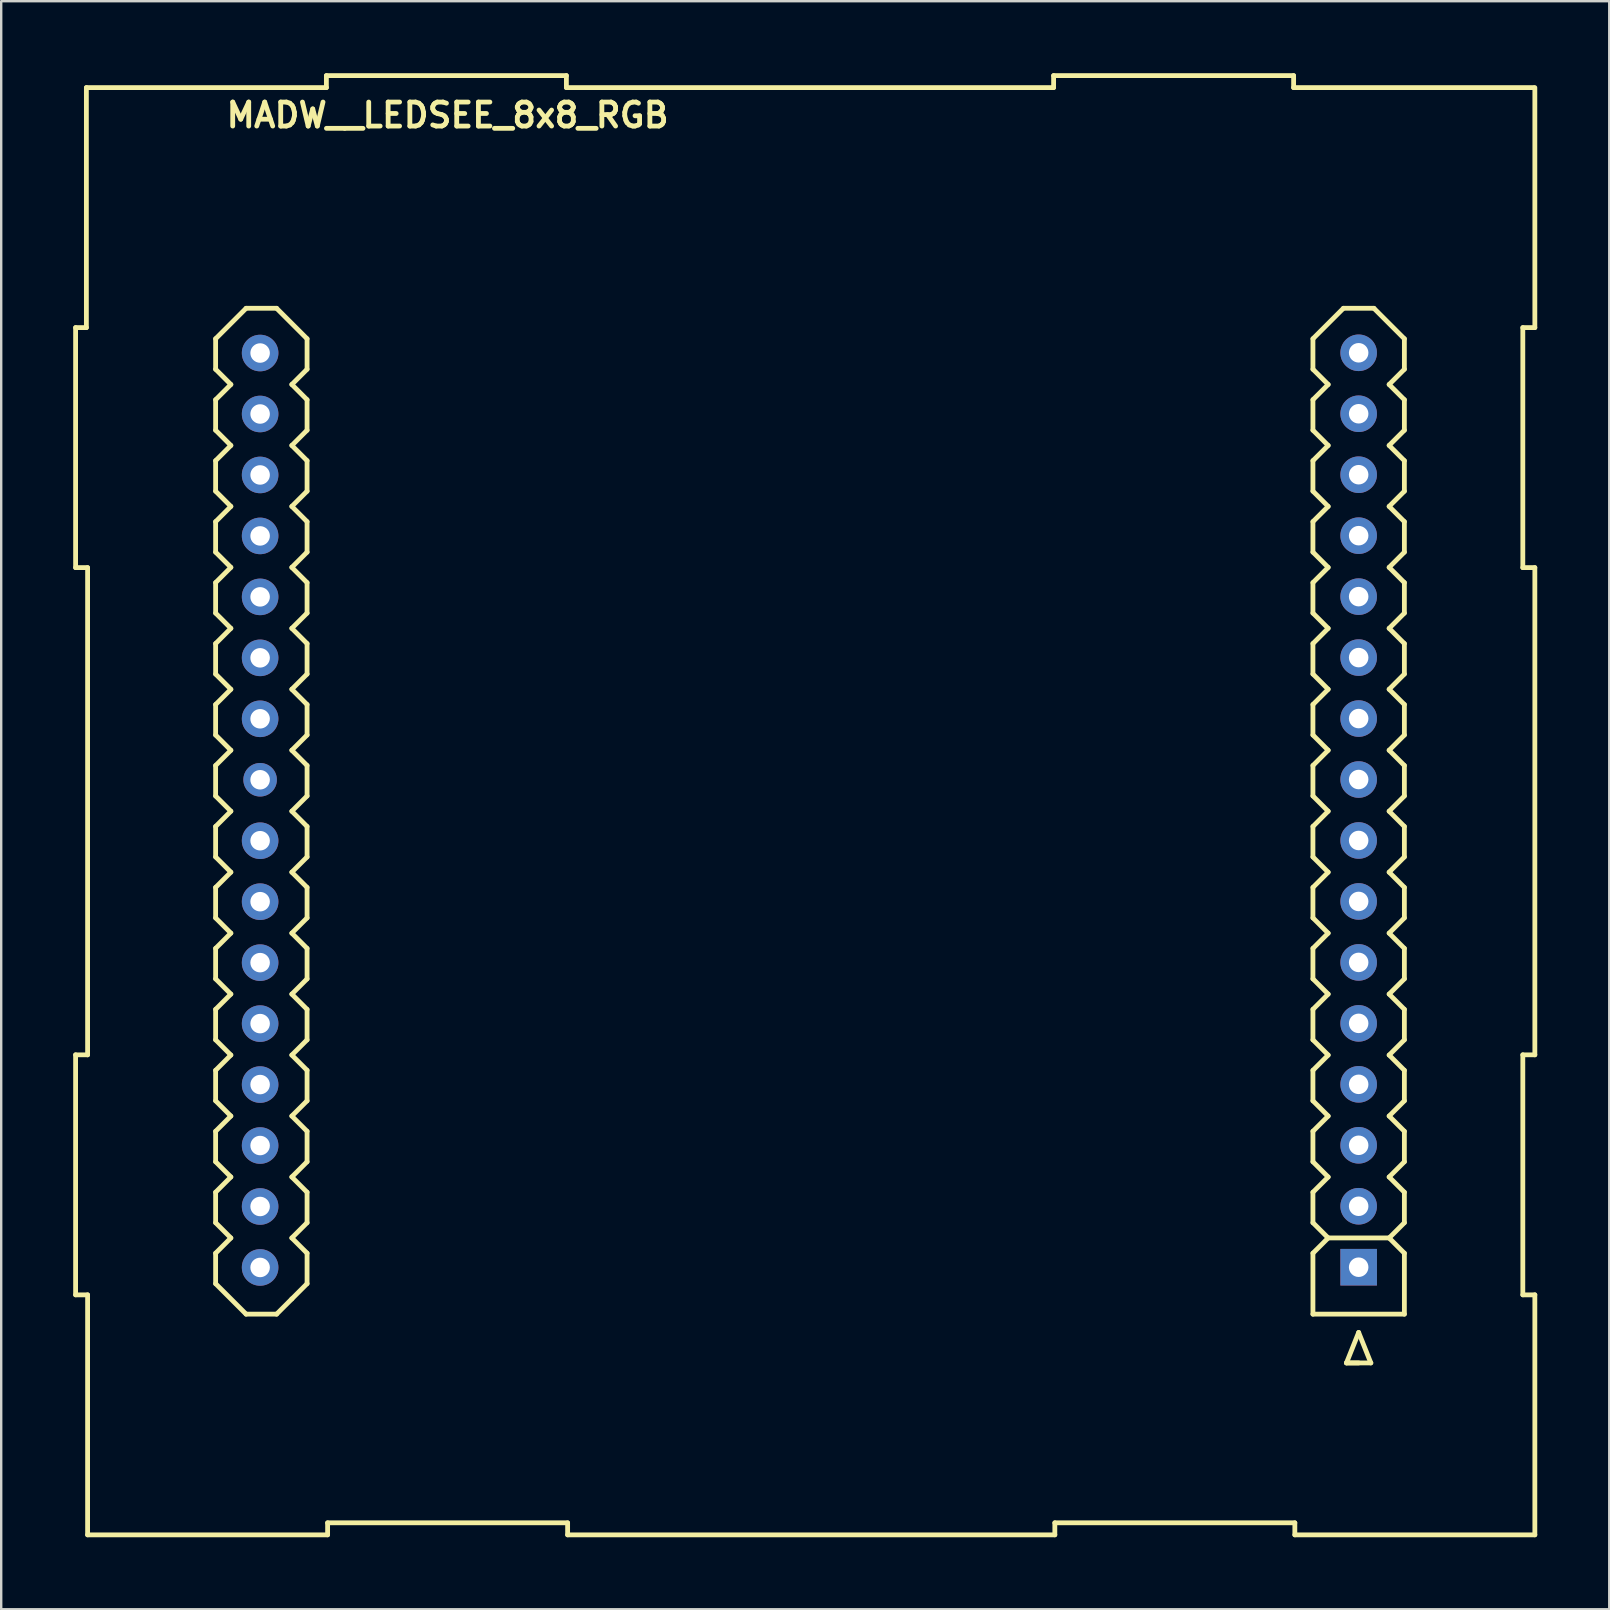
<source format=kicad_pcb>
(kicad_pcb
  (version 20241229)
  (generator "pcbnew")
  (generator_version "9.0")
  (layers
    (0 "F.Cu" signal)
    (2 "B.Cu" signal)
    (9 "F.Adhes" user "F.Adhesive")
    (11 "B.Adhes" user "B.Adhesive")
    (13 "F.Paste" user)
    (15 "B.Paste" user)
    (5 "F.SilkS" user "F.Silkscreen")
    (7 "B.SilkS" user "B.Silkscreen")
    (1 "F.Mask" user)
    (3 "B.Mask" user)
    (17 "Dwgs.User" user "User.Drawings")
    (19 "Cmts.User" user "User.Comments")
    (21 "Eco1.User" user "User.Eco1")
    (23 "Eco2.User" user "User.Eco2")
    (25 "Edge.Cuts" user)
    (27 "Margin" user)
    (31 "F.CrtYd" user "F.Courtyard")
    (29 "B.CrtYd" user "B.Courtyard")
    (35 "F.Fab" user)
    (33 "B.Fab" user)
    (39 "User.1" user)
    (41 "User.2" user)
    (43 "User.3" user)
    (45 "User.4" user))
  (footprint "MADW__LEDSEE_8x8_RGB"
    (layer "F.Cu")
    (at 30.699 30.75)
    (property "Reference" "MADW__LEDSEE_8x8_RGB" (at -15.1 -29 0) (layer "F.SilkS") (effects (font (size 1 1) (thickness 0.2))))
    (attr through_hole)
    (fp_line (start -30.599 -20.15) (end -30.599 -10.15) (stroke (width 0.2) (type solid)) (layer "F.SilkS"))
    (fp_line (start -30.599 -10.15) (end -30.099 -10.15) (stroke (width 0.2) (type solid)) (layer "F.SilkS"))
    (fp_line (start -30.599 10.15) (end -30.599 20.15) (stroke (width 0.2) (type solid)) (layer "F.SilkS"))
    (fp_line (start -30.599 20.15) (end -30.099 20.15) (stroke (width 0.2) (type solid)) (layer "F.SilkS"))
    (fp_line (start -30.15 -30.15) (end -30.15 -20.15) (stroke (width 0.2) (type solid)) (layer "F.SilkS"))
    (fp_line (start -30.15 -20.15) (end -30.599 -20.15) (stroke (width 0.2) (type solid)) (layer "F.SilkS"))
    (fp_line (start -30.099 -10.15) (end -30.099 10.15) (stroke (width 0.2) (type solid)) (layer "F.SilkS"))
    (fp_line (start -30.099 10.15) (end -30.599 10.15) (stroke (width 0.2) (type solid)) (layer "F.SilkS"))
    (fp_line (start -30.099 20.15) (end -30.099 30.15) (stroke (width 0.2) (type solid)) (layer "F.SilkS"))
    (fp_line (start -30.099 30.15) (end -20.099 30.15) (stroke (width 0.2) (type solid)) (layer "F.SilkS"))
    (fp_line (start -24.765 -19.685) (end -23.495 -20.955) (stroke (width 0.2) (type solid)) (layer "F.SilkS"))
    (fp_line (start -24.765 -18.415) (end -24.765 -19.685) (stroke (width 0.2) (type solid)) (layer "F.SilkS"))
    (fp_line (start -24.765 -17.145) (end -24.13 -17.78) (stroke (width 0.2) (type solid)) (layer "F.SilkS"))
    (fp_line (start -24.765 -15.875) (end -24.765 -17.145) (stroke (width 0.2) (type solid)) (layer "F.SilkS"))
    (fp_line (start -24.765 -14.605) (end -24.13 -15.24) (stroke (width 0.2) (type solid)) (layer "F.SilkS"))
    (fp_line (start -24.765 -13.335) (end -24.765 -14.605) (stroke (width 0.2) (type solid)) (layer "F.SilkS"))
    (fp_line (start -24.765 -12.065) (end -24.13 -12.7) (stroke (width 0.2) (type solid)) (layer "F.SilkS"))
    (fp_line (start -24.765 -10.795) (end -24.765 -12.065) (stroke (width 0.2) (type solid)) (layer "F.SilkS"))
    (fp_line (start -24.765 -9.525) (end -24.13 -10.16) (stroke (width 0.2) (type solid)) (layer "F.SilkS"))
    (fp_line (start -24.765 -8.255) (end -24.765 -9.525) (stroke (width 0.2) (type solid)) (layer "F.SilkS"))
    (fp_line (start -24.765 -6.985) (end -24.13 -7.62) (stroke (width 0.2) (type solid)) (layer "F.SilkS"))
    (fp_line (start -24.765 -5.715) (end -24.765 -6.985) (stroke (width 0.2) (type solid)) (layer "F.SilkS"))
    (fp_line (start -24.765 -4.445) (end -24.13 -5.08) (stroke (width 0.2) (type solid)) (layer "F.SilkS"))
    (fp_line (start -24.765 -3.175) (end -24.765 -4.445) (stroke (width 0.2) (type solid)) (layer "F.SilkS"))
    (fp_line (start -24.765 -1.905) (end -24.13 -2.54) (stroke (width 0.2) (type solid)) (layer "F.SilkS"))
    (fp_line (start -24.765 -0.635) (end -24.765 -1.905) (stroke (width 0.2) (type solid)) (layer "F.SilkS"))
    (fp_line (start -24.765 0.635) (end -24.13 0) (stroke (width 0.2) (type solid)) (layer "F.SilkS"))
    (fp_line (start -24.765 1.905) (end -24.765 0.635) (stroke (width 0.2) (type solid)) (layer "F.SilkS"))
    (fp_line (start -24.765 3.175) (end -24.13 2.54) (stroke (width 0.2) (type solid)) (layer "F.SilkS"))
    (fp_line (start -24.765 4.445) (end -24.765 3.175) (stroke (width 0.2) (type solid)) (layer "F.SilkS"))
    (fp_line (start -24.765 5.715) (end -24.13 5.08) (stroke (width 0.2) (type solid)) (layer "F.SilkS"))
    (fp_line (start -24.765 6.985) (end -24.765 5.715) (stroke (width 0.2) (type solid)) (layer "F.SilkS"))
    (fp_line (start -24.765 8.255) (end -24.13 7.62) (stroke (width 0.2) (type solid)) (layer "F.SilkS"))
    (fp_line (start -24.765 9.525) (end -24.765 8.255) (stroke (width 0.2) (type solid)) (layer "F.SilkS"))
    (fp_line (start -24.765 10.795) (end -24.13 10.16) (stroke (width 0.2) (type solid)) (layer "F.SilkS"))
    (fp_line (start -24.765 12.065) (end -24.765 10.795) (stroke (width 0.2) (type solid)) (layer "F.SilkS"))
    (fp_line (start -24.765 13.335) (end -24.13 12.7) (stroke (width 0.2) (type solid)) (layer "F.SilkS"))
    (fp_line (start -24.765 14.605) (end -24.765 13.335) (stroke (width 0.2) (type solid)) (layer "F.SilkS"))
    (fp_line (start -24.765 15.875) (end -24.13 15.24) (stroke (width 0.2) (type solid)) (layer "F.SilkS"))
    (fp_line (start -24.765 17.145) (end -24.765 15.875) (stroke (width 0.2) (type solid)) (layer "F.SilkS"))
    (fp_line (start -24.765 18.415) (end -24.13 17.78) (stroke (width 0.2) (type solid)) (layer "F.SilkS"))
    (fp_line (start -24.765 19.685) (end -24.765 18.415) (stroke (width 0.2) (type solid)) (layer "F.SilkS"))
    (fp_line (start -24.13 -17.78) (end -24.765 -18.415) (stroke (width 0.2) (type solid)) (layer "F.SilkS"))
    (fp_line (start -24.13 -15.24) (end -24.765 -15.875) (stroke (width 0.2) (type solid)) (layer "F.SilkS"))
    (fp_line (start -24.13 -12.7) (end -24.765 -13.335) (stroke (width 0.2) (type solid)) (layer "F.SilkS"))
    (fp_line (start -24.13 -10.16) (end -24.765 -10.795) (stroke (width 0.2) (type solid)) (layer "F.SilkS"))
    (fp_line (start -24.13 -7.62) (end -24.765 -8.255) (stroke (width 0.2) (type solid)) (layer "F.SilkS"))
    (fp_line (start -24.13 -5.08) (end -24.765 -5.715) (stroke (width 0.2) (type solid)) (layer "F.SilkS"))
    (fp_line (start -24.13 -2.54) (end -24.765 -3.175) (stroke (width 0.2) (type solid)) (layer "F.SilkS"))
    (fp_line (start -24.13 0) (end -24.765 -0.635) (stroke (width 0.2) (type solid)) (layer "F.SilkS"))
    (fp_line (start -24.13 2.54) (end -24.765 1.905) (stroke (width 0.2) (type solid)) (layer "F.SilkS"))
    (fp_line (start -24.13 5.08) (end -24.765 4.445) (stroke (width 0.2) (type solid)) (layer "F.SilkS"))
    (fp_line (start -24.13 7.62) (end -24.765 6.985) (stroke (width 0.2) (type solid)) (layer "F.SilkS"))
    (fp_line (start -24.13 10.16) (end -24.765 9.525) (stroke (width 0.2) (type solid)) (layer "F.SilkS"))
    (fp_line (start -24.13 12.7) (end -24.765 12.065) (stroke (width 0.2) (type solid)) (layer "F.SilkS"))
    (fp_line (start -24.13 15.24) (end -24.765 14.605) (stroke (width 0.2) (type solid)) (layer "F.SilkS"))
    (fp_line (start -24.13 17.78) (end -24.765 17.145) (stroke (width 0.2) (type solid)) (layer "F.SilkS"))
    (fp_line (start -23.495 -20.955) (end -22.225 -20.955) (stroke (width 0.2) (type solid)) (layer "F.SilkS"))
    (fp_line (start -23.495 20.955) (end -24.765 19.685) (stroke (width 0.2) (type solid)) (layer "F.SilkS"))
    (fp_line (start -22.225 -20.955) (end -20.955 -19.685) (stroke (width 0.2) (type solid)) (layer "F.SilkS"))
    (fp_line (start -22.225 20.955) (end -23.495 20.955) (stroke (width 0.2) (type solid)) (layer "F.SilkS"))
    (fp_line (start -21.59 -17.78) (end -20.955 -17.145) (stroke (width 0.2) (type solid)) (layer "F.SilkS"))
    (fp_line (start -21.59 -15.24) (end -20.955 -14.605) (stroke (width 0.2) (type solid)) (layer "F.SilkS"))
    (fp_line (start -21.59 -12.7) (end -20.955 -12.065) (stroke (width 0.2) (type solid)) (layer "F.SilkS"))
    (fp_line (start -21.59 -10.16) (end -20.955 -9.525) (stroke (width 0.2) (type solid)) (layer "F.SilkS"))
    (fp_line (start -21.59 -7.62) (end -20.955 -6.985) (stroke (width 0.2) (type solid)) (layer "F.SilkS"))
    (fp_line (start -21.59 -5.08) (end -20.955 -4.445) (stroke (width 0.2) (type solid)) (layer "F.SilkS"))
    (fp_line (start -21.59 -2.54) (end -20.955 -1.905) (stroke (width 0.2) (type solid)) (layer "F.SilkS"))
    (fp_line (start -21.59 0) (end -20.955 0.635) (stroke (width 0.2) (type solid)) (layer "F.SilkS"))
    (fp_line (start -21.59 2.54) (end -20.955 3.175) (stroke (width 0.2) (type solid)) (layer "F.SilkS"))
    (fp_line (start -21.59 5.08) (end -20.955 5.715) (stroke (width 0.2) (type solid)) (layer "F.SilkS"))
    (fp_line (start -21.59 7.62) (end -20.955 8.255) (stroke (width 0.2) (type solid)) (layer "F.SilkS"))
    (fp_line (start -21.59 10.16) (end -20.955 10.795) (stroke (width 0.2) (type solid)) (layer "F.SilkS"))
    (fp_line (start -21.59 12.7) (end -20.955 13.335) (stroke (width 0.2) (type solid)) (layer "F.SilkS"))
    (fp_line (start -21.59 15.24) (end -20.955 15.875) (stroke (width 0.2) (type solid)) (layer "F.SilkS"))
    (fp_line (start -21.59 17.78) (end -20.955 18.415) (stroke (width 0.2) (type solid)) (layer "F.SilkS"))
    (fp_line (start -21.59 20.32) (end -22.225 20.955) (stroke (width 0.2) (type solid)) (layer "F.SilkS"))
    (fp_line (start -20.955 -19.685) (end -20.955 -18.415) (stroke (width 0.2) (type solid)) (layer "F.SilkS"))
    (fp_line (start -20.955 -18.415) (end -21.59 -17.78) (stroke (width 0.2) (type solid)) (layer "F.SilkS"))
    (fp_line (start -20.955 -17.145) (end -20.955 -15.875) (stroke (width 0.2) (type solid)) (layer "F.SilkS"))
    (fp_line (start -20.955 -15.875) (end -21.59 -15.24) (stroke (width 0.2) (type solid)) (layer "F.SilkS"))
    (fp_line (start -20.955 -14.605) (end -20.955 -13.335) (stroke (width 0.2) (type solid)) (layer "F.SilkS"))
    (fp_line (start -20.955 -13.335) (end -21.59 -12.7) (stroke (width 0.2) (type solid)) (layer "F.SilkS"))
    (fp_line (start -20.955 -12.065) (end -20.955 -10.795) (stroke (width 0.2) (type solid)) (layer "F.SilkS"))
    (fp_line (start -20.955 -10.795) (end -21.59 -10.16) (stroke (width 0.2) (type solid)) (layer "F.SilkS"))
    (fp_line (start -20.955 -9.525) (end -20.955 -8.255) (stroke (width 0.2) (type solid)) (layer "F.SilkS"))
    (fp_line (start -20.955 -8.255) (end -21.59 -7.62) (stroke (width 0.2) (type solid)) (layer "F.SilkS"))
    (fp_line (start -20.955 -6.985) (end -20.955 -5.715) (stroke (width 0.2) (type solid)) (layer "F.SilkS"))
    (fp_line (start -20.955 -5.715) (end -21.59 -5.08) (stroke (width 0.2) (type solid)) (layer "F.SilkS"))
    (fp_line (start -20.955 -4.445) (end -20.955 -3.175) (stroke (width 0.2) (type solid)) (layer "F.SilkS"))
    (fp_line (start -20.955 -3.175) (end -21.59 -2.54) (stroke (width 0.2) (type solid)) (layer "F.SilkS"))
    (fp_line (start -20.955 -1.905) (end -20.955 -0.635) (stroke (width 0.2) (type solid)) (layer "F.SilkS"))
    (fp_line (start -20.955 -0.635) (end -21.59 0) (stroke (width 0.2) (type solid)) (layer "F.SilkS"))
    (fp_line (start -20.955 0.635) (end -20.955 1.905) (stroke (width 0.2) (type solid)) (layer "F.SilkS"))
    (fp_line (start -20.955 1.905) (end -21.59 2.54) (stroke (width 0.2) (type solid)) (layer "F.SilkS"))
    (fp_line (start -20.955 3.175) (end -20.955 4.445) (stroke (width 0.2) (type solid)) (layer "F.SilkS"))
    (fp_line (start -20.955 4.445) (end -21.59 5.08) (stroke (width 0.2) (type solid)) (layer "F.SilkS"))
    (fp_line (start -20.955 5.715) (end -20.955 6.985) (stroke (width 0.2) (type solid)) (layer "F.SilkS"))
    (fp_line (start -20.955 6.985) (end -21.59 7.62) (stroke (width 0.2) (type solid)) (layer "F.SilkS"))
    (fp_line (start -20.955 8.255) (end -20.955 9.525) (stroke (width 0.2) (type solid)) (layer "F.SilkS"))
    (fp_line (start -20.955 9.525) (end -21.59 10.16) (stroke (width 0.2) (type solid)) (layer "F.SilkS"))
    (fp_line (start -20.955 10.795) (end -20.955 12.065) (stroke (width 0.2) (type solid)) (layer "F.SilkS"))
    (fp_line (start -20.955 12.065) (end -21.59 12.7) (stroke (width 0.2) (type solid)) (layer "F.SilkS"))
    (fp_line (start -20.955 13.335) (end -20.955 14.605) (stroke (width 0.2) (type solid)) (layer "F.SilkS"))
    (fp_line (start -20.955 14.605) (end -21.59 15.24) (stroke (width 0.2) (type solid)) (layer "F.SilkS"))
    (fp_line (start -20.955 15.875) (end -20.955 17.145) (stroke (width 0.2) (type solid)) (layer "F.SilkS"))
    (fp_line (start -20.955 17.145) (end -21.59 17.78) (stroke (width 0.2) (type solid)) (layer "F.SilkS"))
    (fp_line (start -20.955 18.415) (end -20.955 19.685) (stroke (width 0.2) (type solid)) (layer "F.SilkS"))
    (fp_line (start -20.955 19.685) (end -21.59 20.32) (stroke (width 0.2) (type solid)) (layer "F.SilkS"))
    (fp_line (start -20.15 -30.65) (end -20.15 -30.15) (stroke (width 0.2) (type solid)) (layer "F.SilkS"))
    (fp_line (start -20.15 -30.15) (end -30.15 -30.15) (stroke (width 0.2) (type solid)) (layer "F.SilkS"))
    (fp_line (start -20.099 29.649) (end -10.099 29.649) (stroke (width 0.2) (type solid)) (layer "F.SilkS"))
    (fp_line (start -20.099 30.15) (end -20.099 29.649) (stroke (width 0.2) (type solid)) (layer "F.SilkS"))
    (fp_line (start -10.15 -30.65) (end -20.15 -30.65) (stroke (width 0.2) (type solid)) (layer "F.SilkS"))
    (fp_line (start -10.15 -30.15) (end -10.15 -30.65) (stroke (width 0.2) (type solid)) (layer "F.SilkS"))
    (fp_line (start -10.099 29.649) (end -10.099 30.15) (stroke (width 0.2) (type solid)) (layer "F.SilkS"))
    (fp_line (start -10.099 30.15) (end 10.201 30.15) (stroke (width 0.2) (type solid)) (layer "F.SilkS"))
    (fp_line (start 10.15 -30.65) (end 10.15 -30.15) (stroke (width 0.2) (type solid)) (layer "F.SilkS"))
    (fp_line (start 10.15 -30.15) (end -10.15 -30.15) (stroke (width 0.2) (type solid)) (layer "F.SilkS"))
    (fp_line (start 10.201 29.649) (end 20.201 29.649) (stroke (width 0.2) (type solid)) (layer "F.SilkS"))
    (fp_line (start 10.201 30.15) (end 10.201 29.649) (stroke (width 0.2) (type solid)) (layer "F.SilkS"))
    (fp_line (start 20.15 -30.65) (end 10.15 -30.65) (stroke (width 0.2) (type solid)) (layer "F.SilkS"))
    (fp_line (start 20.15 -30.15) (end 20.15 -30.65) (stroke (width 0.2) (type solid)) (layer "F.SilkS"))
    (fp_line (start 20.201 29.649) (end 20.201 30.15) (stroke (width 0.2) (type solid)) (layer "F.SilkS"))
    (fp_line (start 20.201 30.15) (end 30.201 30.15) (stroke (width 0.2) (type solid)) (layer "F.SilkS"))
    (fp_line (start 20.955 -19.685) (end 22.225 -20.955) (stroke (width 0.2) (type solid)) (layer "F.SilkS"))
    (fp_line (start 20.955 -18.415) (end 20.955 -19.685) (stroke (width 0.2) (type solid)) (layer "F.SilkS"))
    (fp_line (start 20.955 -17.145) (end 21.59 -17.78) (stroke (width 0.2) (type solid)) (layer "F.SilkS"))
    (fp_line (start 20.955 -15.875) (end 20.955 -17.145) (stroke (width 0.2) (type solid)) (layer "F.SilkS"))
    (fp_line (start 20.955 -14.605) (end 21.59 -15.24) (stroke (width 0.2) (type solid)) (layer "F.SilkS"))
    (fp_line (start 20.955 -13.335) (end 20.955 -14.605) (stroke (width 0.2) (type solid)) (layer "F.SilkS"))
    (fp_line (start 20.955 -12.065) (end 21.59 -12.7) (stroke (width 0.2) (type solid)) (layer "F.SilkS"))
    (fp_line (start 20.955 -10.795) (end 20.955 -12.065) (stroke (width 0.2) (type solid)) (layer "F.SilkS"))
    (fp_line (start 20.955 -9.525) (end 21.59 -10.16) (stroke (width 0.2) (type solid)) (layer "F.SilkS"))
    (fp_line (start 20.955 -8.255) (end 20.955 -9.525) (stroke (width 0.2) (type solid)) (layer "F.SilkS"))
    (fp_line (start 20.955 -6.985) (end 21.59 -7.62) (stroke (width 0.2) (type solid)) (layer "F.SilkS"))
    (fp_line (start 20.955 -5.715) (end 20.955 -6.985) (stroke (width 0.2) (type solid)) (layer "F.SilkS"))
    (fp_line (start 20.955 -4.445) (end 21.59 -5.08) (stroke (width 0.2) (type solid)) (layer "F.SilkS"))
    (fp_line (start 20.955 -3.175) (end 20.955 -4.445) (stroke (width 0.2) (type solid)) (layer "F.SilkS"))
    (fp_line (start 20.955 -1.905) (end 21.59 -2.54) (stroke (width 0.2) (type solid)) (layer "F.SilkS"))
    (fp_line (start 20.955 -0.635) (end 20.955 -1.905) (stroke (width 0.2) (type solid)) (layer "F.SilkS"))
    (fp_line (start 20.955 0.635) (end 21.59 0) (stroke (width 0.2) (type solid)) (layer "F.SilkS"))
    (fp_line (start 20.955 1.905) (end 20.955 0.635) (stroke (width 0.2) (type solid)) (layer "F.SilkS"))
    (fp_line (start 20.955 3.175) (end 21.59 2.54) (stroke (width 0.2) (type solid)) (layer "F.SilkS"))
    (fp_line (start 20.955 4.445) (end 20.955 3.175) (stroke (width 0.2) (type solid)) (layer "F.SilkS"))
    (fp_line (start 20.955 5.715) (end 21.59 5.08) (stroke (width 0.2) (type solid)) (layer "F.SilkS"))
    (fp_line (start 20.955 6.985) (end 20.955 5.715) (stroke (width 0.2) (type solid)) (layer "F.SilkS"))
    (fp_line (start 20.955 8.255) (end 21.59 7.62) (stroke (width 0.2) (type solid)) (layer "F.SilkS"))
    (fp_line (start 20.955 9.525) (end 20.955 8.255) (stroke (width 0.2) (type solid)) (layer "F.SilkS"))
    (fp_line (start 20.955 10.795) (end 21.59 10.16) (stroke (width 0.2) (type solid)) (layer "F.SilkS"))
    (fp_line (start 20.955 12.065) (end 20.955 10.795) (stroke (width 0.2) (type solid)) (layer "F.SilkS"))
    (fp_line (start 20.955 13.335) (end 21.59 12.7) (stroke (width 0.2) (type solid)) (layer "F.SilkS"))
    (fp_line (start 20.955 14.605) (end 20.955 13.335) (stroke (width 0.2) (type solid)) (layer "F.SilkS"))
    (fp_line (start 20.955 15.875) (end 21.59 15.24) (stroke (width 0.2) (type solid)) (layer "F.SilkS"))
    (fp_line (start 20.955 17.145) (end 20.955 15.875) (stroke (width 0.2) (type solid)) (layer "F.SilkS"))
    (fp_line (start 20.955 18.415) (end 21.59 17.78) (stroke (width 0.2) (type solid)) (layer "F.SilkS"))
    (fp_line (start 20.955 20.955) (end 20.955 18.415) (stroke (width 0.2) (type solid)) (layer "F.SilkS"))
    (fp_line (start 21.59 -17.78) (end 20.955 -18.415) (stroke (width 0.2) (type solid)) (layer "F.SilkS"))
    (fp_line (start 21.59 -15.24) (end 20.955 -15.875) (stroke (width 0.2) (type solid)) (layer "F.SilkS"))
    (fp_line (start 21.59 -12.7) (end 20.955 -13.335) (stroke (width 0.2) (type solid)) (layer "F.SilkS"))
    (fp_line (start 21.59 -10.16) (end 20.955 -10.795) (stroke (width 0.2) (type solid)) (layer "F.SilkS"))
    (fp_line (start 21.59 -7.62) (end 20.955 -8.255) (stroke (width 0.2) (type solid)) (layer "F.SilkS"))
    (fp_line (start 21.59 -5.08) (end 20.955 -5.715) (stroke (width 0.2) (type solid)) (layer "F.SilkS"))
    (fp_line (start 21.59 -2.54) (end 20.955 -3.175) (stroke (width 0.2) (type solid)) (layer "F.SilkS"))
    (fp_line (start 21.59 0) (end 20.955 -0.635) (stroke (width 0.2) (type solid)) (layer "F.SilkS"))
    (fp_line (start 21.59 2.54) (end 20.955 1.905) (stroke (width 0.2) (type solid)) (layer "F.SilkS"))
    (fp_line (start 21.59 5.08) (end 20.955 4.445) (stroke (width 0.2) (type solid)) (layer "F.SilkS"))
    (fp_line (start 21.59 7.62) (end 20.955 6.985) (stroke (width 0.2) (type solid)) (layer "F.SilkS"))
    (fp_line (start 21.59 10.16) (end 20.955 9.525) (stroke (width 0.2) (type solid)) (layer "F.SilkS"))
    (fp_line (start 21.59 12.7) (end 20.955 12.065) (stroke (width 0.2) (type solid)) (layer "F.SilkS"))
    (fp_line (start 21.59 15.24) (end 20.955 14.605) (stroke (width 0.2) (type solid)) (layer "F.SilkS"))
    (fp_line (start 21.59 17.78) (end 20.955 17.145) (stroke (width 0.2) (type solid)) (layer "F.SilkS"))
    (fp_line (start 21.59 17.78) (end 24.13 17.78) (stroke (width 0.2) (type solid)) (layer "F.SilkS"))
    (fp_line (start 22.225 -20.955) (end 23.495 -20.955) (stroke (width 0.2) (type solid)) (layer "F.SilkS"))
    (fp_line (start 22.86 21.717) (end 22.352 22.987) (stroke (width 0.2) (type solid)) (layer "F.SilkS"))
    (fp_line (start 22.86 21.717) (end 23.368 22.987) (stroke (width 0.2) (type solid)) (layer "F.SilkS"))
    (fp_line (start 22.86 22.987) (end 22.352 22.987) (stroke (width 0.2) (type solid)) (layer "F.SilkS"))
    (fp_line (start 23.368 22.987) (end 22.352 22.987) (stroke (width 0.2) (type solid)) (layer "F.SilkS"))
    (fp_line (start 23.495 -20.955) (end 24.765 -19.685) (stroke (width 0.2) (type solid)) (layer "F.SilkS"))
    (fp_line (start 24.13 -17.78) (end 24.765 -17.145) (stroke (width 0.2) (type solid)) (layer "F.SilkS"))
    (fp_line (start 24.13 -15.24) (end 24.765 -14.605) (stroke (width 0.2) (type solid)) (layer "F.SilkS"))
    (fp_line (start 24.13 -12.7) (end 24.765 -12.065) (stroke (width 0.2) (type solid)) (layer "F.SilkS"))
    (fp_line (start 24.13 -10.16) (end 24.765 -9.525) (stroke (width 0.2) (type solid)) (layer "F.SilkS"))
    (fp_line (start 24.13 -7.62) (end 24.765 -6.985) (stroke (width 0.2) (type solid)) (layer "F.SilkS"))
    (fp_line (start 24.13 -5.08) (end 24.765 -4.445) (stroke (width 0.2) (type solid)) (layer "F.SilkS"))
    (fp_line (start 24.13 -2.54) (end 24.765 -1.905) (stroke (width 0.2) (type solid)) (layer "F.SilkS"))
    (fp_line (start 24.13 0) (end 24.765 0.635) (stroke (width 0.2) (type solid)) (layer "F.SilkS"))
    (fp_line (start 24.13 2.54) (end 24.765 3.175) (stroke (width 0.2) (type solid)) (layer "F.SilkS"))
    (fp_line (start 24.13 5.08) (end 24.765 5.715) (stroke (width 0.2) (type solid)) (layer "F.SilkS"))
    (fp_line (start 24.13 7.62) (end 24.765 8.255) (stroke (width 0.2) (type solid)) (layer "F.SilkS"))
    (fp_line (start 24.13 10.16) (end 24.765 10.795) (stroke (width 0.2) (type solid)) (layer "F.SilkS"))
    (fp_line (start 24.13 12.7) (end 24.765 13.335) (stroke (width 0.2) (type solid)) (layer "F.SilkS"))
    (fp_line (start 24.13 15.24) (end 24.765 15.875) (stroke (width 0.2) (type solid)) (layer "F.SilkS"))
    (fp_line (start 24.13 17.78) (end 24.765 18.415) (stroke (width 0.2) (type solid)) (layer "F.SilkS"))
    (fp_line (start 24.765 -19.685) (end 24.765 -18.415) (stroke (width 0.2) (type solid)) (layer "F.SilkS"))
    (fp_line (start 24.765 -18.415) (end 24.13 -17.78) (stroke (width 0.2) (type solid)) (layer "F.SilkS"))
    (fp_line (start 24.765 -17.145) (end 24.765 -15.875) (stroke (width 0.2) (type solid)) (layer "F.SilkS"))
    (fp_line (start 24.765 -15.875) (end 24.13 -15.24) (stroke (width 0.2) (type solid)) (layer "F.SilkS"))
    (fp_line (start 24.765 -14.605) (end 24.765 -13.335) (stroke (width 0.2) (type solid)) (layer "F.SilkS"))
    (fp_line (start 24.765 -13.335) (end 24.13 -12.7) (stroke (width 0.2) (type solid)) (layer "F.SilkS"))
    (fp_line (start 24.765 -12.065) (end 24.765 -10.795) (stroke (width 0.2) (type solid)) (layer "F.SilkS"))
    (fp_line (start 24.765 -10.795) (end 24.13 -10.16) (stroke (width 0.2) (type solid)) (layer "F.SilkS"))
    (fp_line (start 24.765 -9.525) (end 24.765 -8.255) (stroke (width 0.2) (type solid)) (layer "F.SilkS"))
    (fp_line (start 24.765 -8.255) (end 24.13 -7.62) (stroke (width 0.2) (type solid)) (layer "F.SilkS"))
    (fp_line (start 24.765 -6.985) (end 24.765 -5.715) (stroke (width 0.2) (type solid)) (layer "F.SilkS"))
    (fp_line (start 24.765 -5.715) (end 24.13 -5.08) (stroke (width 0.2) (type solid)) (layer "F.SilkS"))
    (fp_line (start 24.765 -4.445) (end 24.765 -3.175) (stroke (width 0.2) (type solid)) (layer "F.SilkS"))
    (fp_line (start 24.765 -3.175) (end 24.13 -2.54) (stroke (width 0.2) (type solid)) (layer "F.SilkS"))
    (fp_line (start 24.765 -1.905) (end 24.765 -0.635) (stroke (width 0.2) (type solid)) (layer "F.SilkS"))
    (fp_line (start 24.765 -0.635) (end 24.13 0) (stroke (width 0.2) (type solid)) (layer "F.SilkS"))
    (fp_line (start 24.765 0.635) (end 24.765 1.905) (stroke (width 0.2) (type solid)) (layer "F.SilkS"))
    (fp_line (start 24.765 1.905) (end 24.13 2.54) (stroke (width 0.2) (type solid)) (layer "F.SilkS"))
    (fp_line (start 24.765 3.175) (end 24.765 4.445) (stroke (width 0.2) (type solid)) (layer "F.SilkS"))
    (fp_line (start 24.765 4.445) (end 24.13 5.08) (stroke (width 0.2) (type solid)) (layer "F.SilkS"))
    (fp_line (start 24.765 5.715) (end 24.765 6.985) (stroke (width 0.2) (type solid)) (layer "F.SilkS"))
    (fp_line (start 24.765 6.985) (end 24.13 7.62) (stroke (width 0.2) (type solid)) (layer "F.SilkS"))
    (fp_line (start 24.765 8.255) (end 24.765 9.525) (stroke (width 0.2) (type solid)) (layer "F.SilkS"))
    (fp_line (start 24.765 9.525) (end 24.13 10.16) (stroke (width 0.2) (type solid)) (layer "F.SilkS"))
    (fp_line (start 24.765 10.795) (end 24.765 12.065) (stroke (width 0.2) (type solid)) (layer "F.SilkS"))
    (fp_line (start 24.765 12.065) (end 24.13 12.7) (stroke (width 0.2) (type solid)) (layer "F.SilkS"))
    (fp_line (start 24.765 13.335) (end 24.765 14.605) (stroke (width 0.2) (type solid)) (layer "F.SilkS"))
    (fp_line (start 24.765 14.605) (end 24.13 15.24) (stroke (width 0.2) (type solid)) (layer "F.SilkS"))
    (fp_line (start 24.765 15.875) (end 24.765 17.145) (stroke (width 0.2) (type solid)) (layer "F.SilkS"))
    (fp_line (start 24.765 17.145) (end 24.13 17.78) (stroke (width 0.2) (type solid)) (layer "F.SilkS"))
    (fp_line (start 24.765 18.415) (end 24.765 20.955) (stroke (width 0.2) (type solid)) (layer "F.SilkS"))
    (fp_line (start 24.765 20.955) (end 20.955 20.955) (stroke (width 0.2) (type solid)) (layer "F.SilkS"))
    (fp_line (start 29.7 -20.15) (end 30.201 -20.15) (stroke (width 0.2) (type solid)) (layer "F.SilkS"))
    (fp_line (start 29.7 -10.15) (end 29.7 -20.15) (stroke (width 0.2) (type solid)) (layer "F.SilkS"))
    (fp_line (start 29.7 10.15) (end 30.201 10.15) (stroke (width 0.2) (type solid)) (layer "F.SilkS"))
    (fp_line (start 29.7 20.15) (end 29.7 10.15) (stroke (width 0.2) (type solid)) (layer "F.SilkS"))
    (fp_line (start 30.15 -30.15) (end 20.15 -30.15) (stroke (width 0.2) (type solid)) (layer "F.SilkS"))
    (fp_line (start 30.201 -20.15) (end 30.201 -30.15) (stroke (width 0.2) (type solid)) (layer "F.SilkS"))
    (fp_line (start 30.201 -10.15) (end 29.7 -10.15) (stroke (width 0.2) (type solid)) (layer "F.SilkS"))
    (fp_line (start 30.201 10.15) (end 30.201 -10.15) (stroke (width 0.2) (type solid)) (layer "F.SilkS"))
    (fp_line (start 30.201 20.15) (end 29.7 20.15) (stroke (width 0.2) (type solid)) (layer "F.SilkS"))
    (fp_line (start 30.201 30.15) (end 30.201 20.15) (stroke (width 0.2) (type solid)) (layer "F.SilkS"))
    (pad "1" thru_hole rect (at 22.86 18.999) (size 1.524 1.524) (drill 0.813) (layers "*.Cu" "*.Mask"))
    (pad "2" thru_hole circle (at 22.86 16.459) (size 1.524 1.524) (drill 0.813) (layers "*.Cu" "*.Mask"))
    (pad "3" thru_hole circle (at 22.86 13.919) (size 1.524 1.524) (drill oval 0.813) (layers "*.Cu" "*.Mask"))
    (pad "4" thru_hole circle (at 22.86 11.379) (size 1.524 1.524) (drill oval 0.813) (layers "*.Cu" "*.Mask"))
    (pad "5" thru_hole circle (at 22.86 8.839) (size 1.524 1.524) (drill 0.813) (layers "*.Cu" "*.Mask"))
    (pad "6" thru_hole circle (at 22.86 6.299) (size 1.524 1.524) (drill 0.813) (layers "*.Cu" "*.Mask"))
    (pad "7" thru_hole circle (at 22.86 3.759) (size 1.524 1.524) (drill 0.813) (layers "*.Cu" "*.Mask"))
    (pad "8" thru_hole circle (at 22.86 1.219) (size 1.524 1.524) (drill 0.813) (layers "*.Cu" "*.Mask"))
    (pad "9" thru_hole circle (at 22.86 -1.321) (size 1.524 1.524) (drill 0.813) (layers "*.Cu" "*.Mask"))
    (pad "10" thru_hole circle (at 22.86 -3.861) (size 1.524 1.524) (drill 0.813) (layers "*.Cu" "*.Mask"))
    (pad "11" thru_hole circle (at 22.86 -6.401) (size 1.524 1.524) (drill 0.813) (layers "*.Cu" "*.Mask"))
    (pad "12" thru_hole circle (at 22.86 -8.941) (size 1.524 1.524) (drill 0.813) (layers "*.Cu" "*.Mask"))
    (pad "13" thru_hole circle (at 22.86 -11.481) (size 1.524 1.524) (drill 0.813) (layers "*.Cu" "*.Mask"))
    (pad "14" thru_hole circle (at 22.86 -14.021) (size 1.524 1.524) (drill 0.813) (layers "*.Cu" "*.Mask"))
    (pad "15" thru_hole circle (at 22.86 -16.561) (size 1.524 1.524) (drill 0.813) (layers "*.Cu" "*.Mask"))
    (pad "16" thru_hole circle (at 22.86 -19.101) (size 1.524 1.524) (drill 0.813) (layers "*.Cu" "*.Mask"))
    (pad "17" thru_hole circle (at -22.911 -19.091) (size 1.524 1.524) (drill 0.813) (layers "*.Cu" "*.Mask"))
    (pad "18" thru_hole circle (at -22.911 -16.551) (size 1.524 1.524) (drill 0.813) (layers "*.Cu" "*.Mask"))
    (pad "19" thru_hole circle (at -22.911 -14.011) (size 1.524 1.524) (drill 0.813) (layers "*.Cu" "*.Mask"))
    (pad "20" thru_hole circle (at -22.911 -11.471) (size 1.524 1.524) (drill 0.813) (layers "*.Cu" "*.Mask"))
    (pad "21" thru_hole circle (at -22.911 -8.931) (size 1.524 1.524) (drill 0.813) (layers "*.Cu" "*.Mask"))
    (pad "22" thru_hole circle (at -22.911 -6.391) (size 1.524 1.524) (drill 0.813) (layers "*.Cu" "*.Mask"))
    (pad "23" thru_hole circle (at -22.911 -3.851) (size 1.524 1.524) (drill 0.813) (layers "*.Cu" "*.Mask"))
    (pad "24" thru_hole circle (at -22.911 -1.311) (size 1.397 1.397) (drill 0.813) (layers "*.Cu" "*.Mask"))
    (pad "25" thru_hole circle (at -22.911 1.229) (size 1.524 1.524) (drill 0.813) (layers "*.Cu" "*.Mask"))
    (pad "26" thru_hole circle (at -22.911 3.769) (size 1.524 1.524) (drill 0.813) (layers "*.Cu" "*.Mask"))
    (pad "27" thru_hole circle (at -22.911 6.309) (size 1.524 1.524) (drill 0.813) (layers "*.Cu" "*.Mask"))
    (pad "28" thru_hole circle (at -22.911 8.849) (size 1.524 1.524) (drill 0.813) (layers "*.Cu" "*.Mask"))
    (pad "29" thru_hole circle (at -22.911 11.389) (size 1.524 1.524) (drill 0.813) (layers "*.Cu" "*.Mask"))
    (pad "30" thru_hole circle (at -22.911 13.929) (size 1.524 1.524) (drill 0.813) (layers "*.Cu" "*.Mask"))
    (pad "31" thru_hole circle (at -22.911 16.469) (size 1.524 1.524) (drill 0.813) (layers "*.Cu" "*.Mask"))
    (pad "32" thru_hole circle (at -22.911 19.009) (size 1.524 1.524) (drill 0.813) (layers "*.Cu" "*.Mask")))
  (gr_rect
    (start -3 -3)
    (end 64 64)
    (stroke (width 0.1) (type default))
    (fill no)
    (layer "Edge.Cuts")))
</source>
